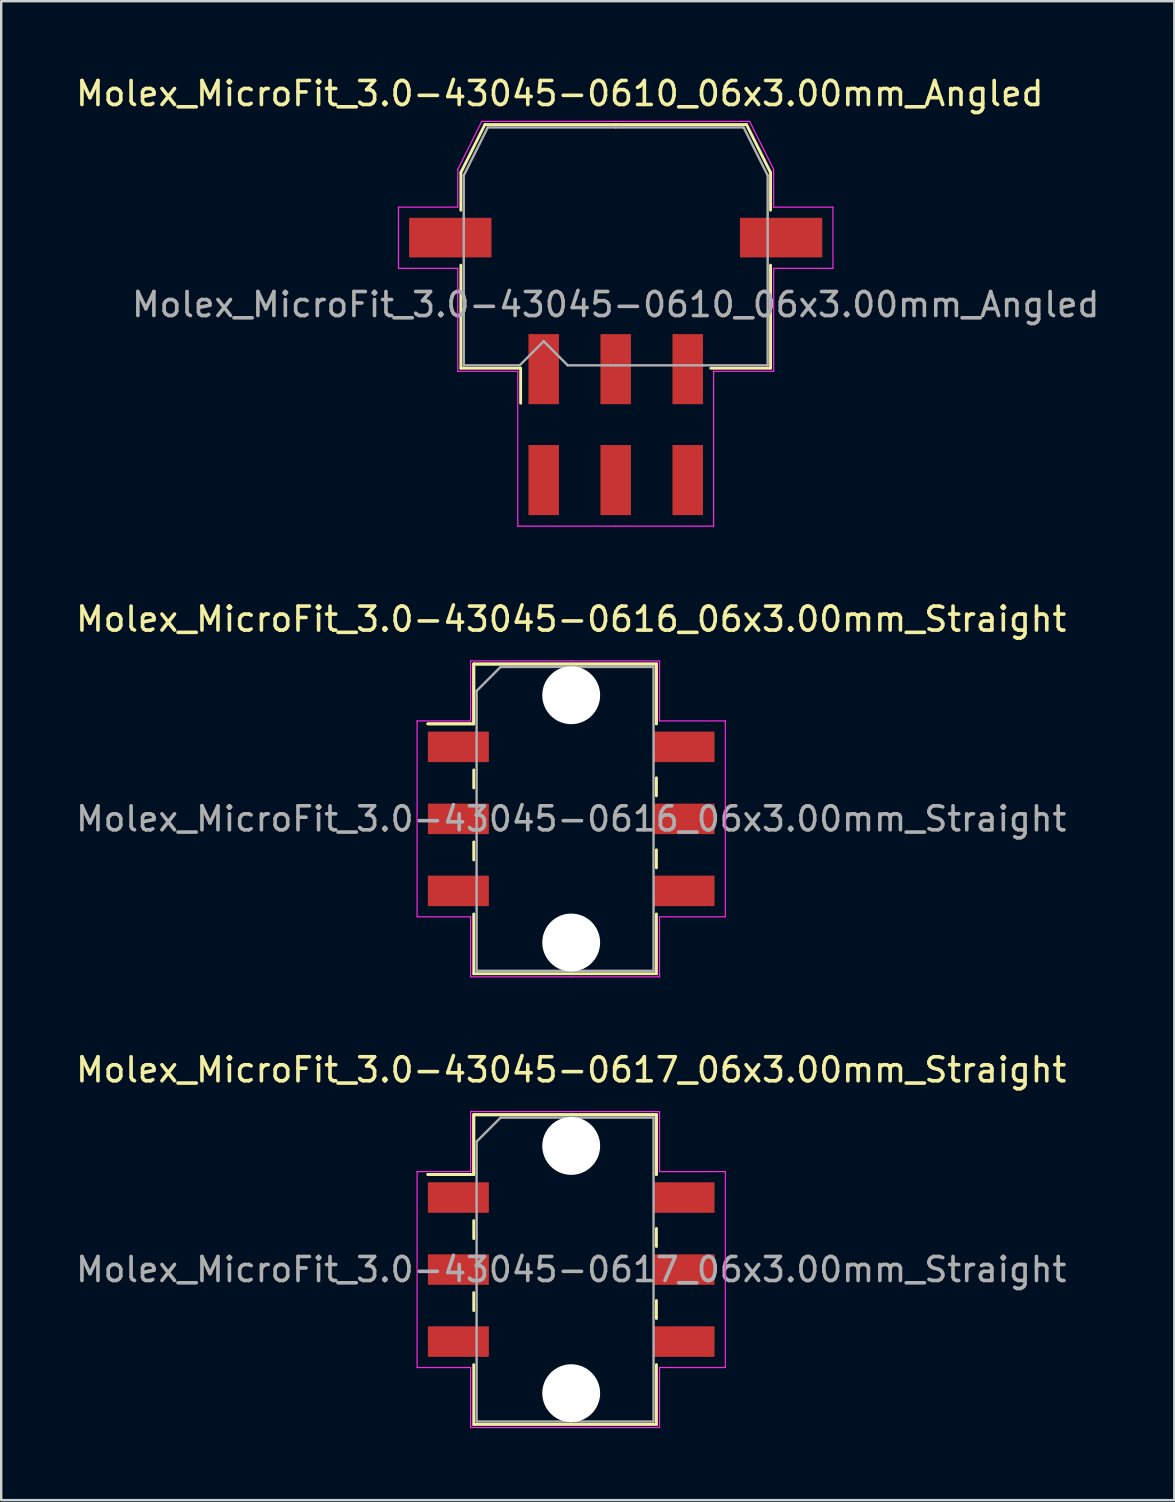
<source format=kicad_pcb>
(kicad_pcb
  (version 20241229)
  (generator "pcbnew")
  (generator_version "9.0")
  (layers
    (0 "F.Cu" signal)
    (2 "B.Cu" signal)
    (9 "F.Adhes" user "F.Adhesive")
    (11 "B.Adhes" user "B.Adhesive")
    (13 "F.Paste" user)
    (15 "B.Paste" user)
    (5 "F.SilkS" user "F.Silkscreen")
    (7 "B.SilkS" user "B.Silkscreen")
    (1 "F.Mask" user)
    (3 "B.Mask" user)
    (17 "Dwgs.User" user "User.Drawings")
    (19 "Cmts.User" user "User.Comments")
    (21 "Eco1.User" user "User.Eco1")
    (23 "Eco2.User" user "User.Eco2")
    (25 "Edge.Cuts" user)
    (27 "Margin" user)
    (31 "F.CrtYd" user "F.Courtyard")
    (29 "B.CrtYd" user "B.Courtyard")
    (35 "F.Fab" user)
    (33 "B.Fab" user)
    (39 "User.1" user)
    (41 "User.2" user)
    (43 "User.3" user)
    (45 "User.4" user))
  (footprint "Molex_MicroFit_3.0-43045-0617_06x3.00mm_Straight"
    (layer "F.Cu")
    (at 20.744 49.835)
    (property "Reference" "Molex_MicroFit_3.0-43045-0617_06x3.00mm_Straight" (at 0 -8.32 0) (layer "F.SilkS") (effects (font (size 1 1) (thickness 0.15))))
    (attr smd)
    (fp_line (start -5.97 -3.96) (end -4.06 -3.96) (stroke (width 0.12) (type solid)) (layer "F.SilkS"))
    (fp_line (start -5.97 -3.96) (end -4.06 -3.96) (stroke (width 0.12) (type solid)) (layer "F.SilkS"))
    (fp_line (start -4.06 -6.45) (end 3.55 -6.45) (stroke (width 0.12) (type solid)) (layer "F.SilkS"))
    (fp_line (start -4.06 -6.45) (end 3.55 -6.45) (stroke (width 0.12) (type solid)) (layer "F.SilkS"))
    (fp_line (start -4.06 -3.96) (end -4.06 -6.45) (stroke (width 0.12) (type solid)) (layer "F.SilkS"))
    (fp_line (start -4.06 -3.96) (end -4.06 -6.45) (stroke (width 0.12) (type solid)) (layer "F.SilkS"))
    (fp_line (start -4.06 -2.04) (end -4.06 -1.29) (stroke (width 0.12) (type solid)) (layer "F.SilkS"))
    (fp_line (start -4.06 0.96) (end -4.06 1.71) (stroke (width 0.12) (type solid)) (layer "F.SilkS"))
    (fp_line (start -4.06 6.45) (end -4.06 3.96) (stroke (width 0.12) (type solid)) (layer "F.SilkS"))
    (fp_line (start 3.55 -6.45) (end 3.55 -3.96) (stroke (width 0.12) (type solid)) (layer "F.SilkS"))
    (fp_line (start 3.55 -6.45) (end 3.55 -3.96) (stroke (width 0.12) (type solid)) (layer "F.SilkS"))
    (fp_line (start 3.55 -0.96) (end 3.55 -1.71) (stroke (width 0.12) (type solid)) (layer "F.SilkS"))
    (fp_line (start 3.55 2.04) (end 3.55 1.29) (stroke (width 0.12) (type solid)) (layer "F.SilkS"))
    (fp_line (start 3.55 3.96) (end 3.55 6.45) (stroke (width 0.12) (type solid)) (layer "F.SilkS"))
    (fp_line (start 3.55 6.45) (end -4.06 6.45) (stroke (width 0.12) (type solid)) (layer "F.SilkS"))
    (fp_line (start -6.42 -4.08) (end -4.19 -4.08) (stroke (width 0.05) (type solid)) (layer "F.CrtYd"))
    (fp_line (start -6.42 4.08) (end -6.42 -4.08) (stroke (width 0.05) (type solid)) (layer "F.CrtYd"))
    (fp_line (start -4.19 -6.58) (end 0 -6.58) (stroke (width 0.05) (type solid)) (layer "F.CrtYd"))
    (fp_line (start -4.19 -4.08) (end -4.19 -6.58) (stroke (width 0.05) (type solid)) (layer "F.CrtYd"))
    (fp_line (start -4.19 4.08) (end -6.42 4.08) (stroke (width 0.05) (type solid)) (layer "F.CrtYd"))
    (fp_line (start -4.19 6.58) (end -4.19 4.08) (stroke (width 0.05) (type solid)) (layer "F.CrtYd"))
    (fp_line (start 0 -6.58) (end 3.68 -6.58) (stroke (width 0.05) (type solid)) (layer "F.CrtYd"))
    (fp_line (start 0 6.58) (end -4.19 6.58) (stroke (width 0.05) (type solid)) (layer "F.CrtYd"))
    (fp_line (start 3.68 -6.58) (end 3.68 -4.08) (stroke (width 0.05) (type solid)) (layer "F.CrtYd"))
    (fp_line (start 3.68 -4.08) (end 6.42 -4.08) (stroke (width 0.05) (type solid)) (layer "F.CrtYd"))
    (fp_line (start 3.68 4.08) (end 3.68 6.58) (stroke (width 0.05) (type solid)) (layer "F.CrtYd"))
    (fp_line (start 3.68 6.58) (end 0 6.58) (stroke (width 0.05) (type solid)) (layer "F.CrtYd"))
    (fp_line (start 6.42 -4.08) (end 6.42 4.08) (stroke (width 0.05) (type solid)) (layer "F.CrtYd"))
    (fp_line (start 6.42 4.08) (end 3.68 4.08) (stroke (width 0.05) (type solid)) (layer "F.CrtYd"))
    (fp_line (start -3.94 -5.33) (end -2.94 -6.33) (stroke (width 0.1) (type solid)) (layer "F.Fab"))
    (fp_line (start -3.94 6.33) (end -3.94 -5.33) (stroke (width 0.1) (type solid)) (layer "F.Fab"))
    (fp_line (start -2.94 -6.33) (end 0 -6.33) (stroke (width 0.1) (type solid)) (layer "F.Fab"))
    (fp_line (start 0 -6.33) (end 3.43 -6.33) (stroke (width 0.1) (type solid)) (layer "F.Fab"))
    (fp_line (start 0 6.33) (end -3.94 6.33) (stroke (width 0.1) (type solid)) (layer "F.Fab"))
    (fp_line (start 3.43 -6.33) (end 3.43 6.33) (stroke (width 0.1) (type solid)) (layer "F.Fab"))
    (fp_line (start 3.43 6.33) (end 0 6.33) (stroke (width 0.1) (type solid)) (layer "F.Fab"))
    (fp_text user "${REFERENCE}" (at 0 0 0) (layer "F.Fab") (effects (font (size 1 1) (thickness 0.15))))
    (pad "" np_thru_hole circle (at 0 -5.15) (size 2.41 2.41) (drill 2.41) (layers "*.Cu"))
    (pad "" np_thru_hole circle (at 0 5.15) (size 2.41 2.41) (drill 2.41) (layers "*.Cu"))
    (pad "1" smd rect (at -4.7 -3) (size 2.54 1.27) (layers "F.Cu" "F.Mask" "F.Paste"))
    (pad "2" smd rect (at -4.7 0) (size 2.54 1.27) (layers "F.Cu" "F.Mask" "F.Paste"))
    (pad "3" smd rect (at -4.7 3) (size 2.54 1.27) (layers "F.Cu" "F.Mask" "F.Paste"))
    (pad "4" smd rect (at 4.7 3) (size 2.54 1.27) (layers "F.Cu" "F.Mask" "F.Paste"))
    (pad "5" smd rect (at 4.7 0) (size 2.54 1.27) (layers "F.Cu" "F.Mask" "F.Paste"))
    (pad "6" smd rect (at 4.7 -3) (size 2.54 1.27) (layers "F.Cu" "F.Mask" "F.Paste")))
  (footprint "Molex_MicroFit_3.0-43045-0610_06x3.00mm_Angled"
    (layer "F.Cu")
    (at 22.598 14.638)
    (property "Reference" "Molex_MicroFit_3.0-43045-0610_06x3.00mm_Angled" (at -2.33 -13.79 0) (layer "F.SilkS") (effects (font (size 1 1) (thickness 0.15))))
    (attr smd)
    (fp_line (start -6.45 -10.5) (end -6.45 -8.93) (stroke (width 0.12) (type solid)) (layer "F.SilkS"))
    (fp_line (start -6.45 -6.64) (end -6.45 -2.35) (stroke (width 0.12) (type solid)) (layer "F.SilkS"))
    (fp_line (start -6.45 -2.35) (end -3.96 -2.35) (stroke (width 0.12) (type solid)) (layer "F.SilkS"))
    (fp_line (start -5.45 -12.5) (end -6.45 -10.5) (stroke (width 0.12) (type solid)) (layer "F.SilkS"))
    (fp_line (start -3.96 -2.35) (end -3.96 -0.89) (stroke (width 0.12) (type solid)) (layer "F.SilkS"))
    (fp_line (start 0 -12.5) (end -5.45 -12.5) (stroke (width 0.12) (type solid)) (layer "F.SilkS"))
    (fp_line (start 0 -12.5) (end 5.45 -12.5) (stroke (width 0.12) (type solid)) (layer "F.SilkS"))
    (fp_line (start 5.45 -12.5) (end 6.45 -10.5) (stroke (width 0.12) (type solid)) (layer "F.SilkS"))
    (fp_line (start 6.45 -10.5) (end 6.45 -8.93) (stroke (width 0.12) (type solid)) (layer "F.SilkS"))
    (fp_line (start 6.45 -6.64) (end 6.45 -2.35) (stroke (width 0.12) (type solid)) (layer "F.SilkS"))
    (fp_line (start 6.45 -2.35) (end 3.96 -2.35) (stroke (width 0.12) (type solid)) (layer "F.SilkS"))
    (fp_line (start -9.05 -9.06) (end -9.05 -6.51) (stroke (width 0.05) (type solid)) (layer "F.CrtYd"))
    (fp_line (start -9.05 -6.51) (end -6.58 -6.51) (stroke (width 0.05) (type solid)) (layer "F.CrtYd"))
    (fp_line (start -6.58 -10.63) (end -6.58 -9.06) (stroke (width 0.05) (type solid)) (layer "F.CrtYd"))
    (fp_line (start -6.58 -9.06) (end -9.05 -9.06) (stroke (width 0.05) (type solid)) (layer "F.CrtYd"))
    (fp_line (start -6.58 -6.51) (end -6.58 -2.22) (stroke (width 0.05) (type solid)) (layer "F.CrtYd"))
    (fp_line (start -6.58 -2.22) (end -4.08 -2.22) (stroke (width 0.05) (type solid)) (layer "F.CrtYd"))
    (fp_line (start -5.58 -12.63) (end -6.58 -10.63) (stroke (width 0.05) (type solid)) (layer "F.CrtYd"))
    (fp_line (start -4.08 -2.22) (end -4.08 4.23) (stroke (width 0.05) (type solid)) (layer "F.CrtYd"))
    (fp_line (start -4.08 4.23) (end 0 4.23) (stroke (width 0.05) (type solid)) (layer "F.CrtYd"))
    (fp_line (start 0 -12.63) (end -5.58 -12.63) (stroke (width 0.05) (type solid)) (layer "F.CrtYd"))
    (fp_line (start 0 -12.63) (end 5.58 -12.63) (stroke (width 0.05) (type solid)) (layer "F.CrtYd"))
    (fp_line (start 4.08 -2.22) (end 4.08 4.23) (stroke (width 0.05) (type solid)) (layer "F.CrtYd"))
    (fp_line (start 4.08 4.23) (end 0 4.23) (stroke (width 0.05) (type solid)) (layer "F.CrtYd"))
    (fp_line (start 5.58 -12.63) (end 6.58 -10.63) (stroke (width 0.05) (type solid)) (layer "F.CrtYd"))
    (fp_line (start 6.58 -10.63) (end 6.58 -9.06) (stroke (width 0.05) (type solid)) (layer "F.CrtYd"))
    (fp_line (start 6.58 -9.06) (end 9.05 -9.06) (stroke (width 0.05) (type solid)) (layer "F.CrtYd"))
    (fp_line (start 6.58 -6.51) (end 6.58 -2.22) (stroke (width 0.05) (type solid)) (layer "F.CrtYd"))
    (fp_line (start 6.58 -2.22) (end 4.08 -2.22) (stroke (width 0.05) (type solid)) (layer "F.CrtYd"))
    (fp_line (start 9.05 -9.06) (end 9.05 -6.51) (stroke (width 0.05) (type solid)) (layer "F.CrtYd"))
    (fp_line (start 9.05 -6.51) (end 6.58 -6.51) (stroke (width 0.05) (type solid)) (layer "F.CrtYd"))
    (fp_line (start -6.33 -10.38) (end -6.33 -8.61) (stroke (width 0.1) (type solid)) (layer "F.Fab"))
    (fp_line (start -6.33 -8.61) (end -6.33 -2.47) (stroke (width 0.1) (type solid)) (layer "F.Fab"))
    (fp_line (start -6.33 -2.47) (end -4 -2.47) (stroke (width 0.1) (type solid)) (layer "F.Fab"))
    (fp_line (start -5.33 -12.38) (end -6.33 -10.38) (stroke (width 0.1) (type solid)) (layer "F.Fab"))
    (fp_line (start -4 -2.47) (end -3 -3.47) (stroke (width 0.1) (type solid)) (layer "F.Fab"))
    (fp_line (start -3 -3.47) (end -2 -2.47) (stroke (width 0.1) (type solid)) (layer "F.Fab"))
    (fp_line (start -2 -2.47) (end 0 -2.47) (stroke (width 0.1) (type solid)) (layer "F.Fab"))
    (fp_line (start 0 -12.38) (end -5.33 -12.38) (stroke (width 0.1) (type solid)) (layer "F.Fab"))
    (fp_line (start 0 -12.38) (end 5.33 -12.38) (stroke (width 0.1) (type solid)) (layer "F.Fab"))
    (fp_line (start 3.63 -2.47) (end 0 -2.47) (stroke (width 0.1) (type solid)) (layer "F.Fab"))
    (fp_line (start 5.33 -12.38) (end 6.33 -10.38) (stroke (width 0.1) (type solid)) (layer "F.Fab"))
    (fp_line (start 6.33 -10.38) (end 6.33 -8.61) (stroke (width 0.1) (type solid)) (layer "F.Fab"))
    (fp_line (start 6.33 -8.61) (end 6.33 -2.47) (stroke (width 0.1) (type solid)) (layer "F.Fab"))
    (fp_line (start 6.33 -2.47) (end 3.63 -2.47) (stroke (width 0.1) (type solid)) (layer "F.Fab"))
    (fp_text user "${REFERENCE}" (at 0 -5 0) (layer "F.Fab") (effects (font (size 1 1) (thickness 0.15))))
    (pad "" smd rect (at -6.89 -7.79) (size 3.43 1.65) (layers "F.Cu" "F.Mask" "F.Paste"))
    (pad "" smd rect (at 6.89 -7.79) (size 3.43 1.65) (layers "F.Cu" "F.Mask" "F.Paste"))
    (pad "1" smd rect (at -3 -2.31) (size 1.27 2.92) (layers "F.Cu" "F.Mask" "F.Paste"))
    (pad "2" smd rect (at 0 -2.31) (size 1.27 2.92) (layers "F.Cu" "F.Mask" "F.Paste"))
    (pad "3" smd rect (at 3 -2.31) (size 1.27 2.92) (layers "F.Cu" "F.Mask" "F.Paste"))
    (pad "4" smd rect (at 3 2.31) (size 1.27 2.92) (layers "F.Cu" "F.Mask" "F.Paste"))
    (pad "5" smd rect (at 0 2.31) (size 1.27 2.92) (layers "F.Cu" "F.Mask" "F.Paste"))
    (pad "6" smd rect (at -3 2.31) (size 1.27 2.92) (layers "F.Cu" "F.Mask" "F.Paste")))
  (footprint "Molex_MicroFit_3.0-43045-0616_06x3.00mm_Straight"
    (layer "F.Cu")
    (at 20.744 31.061)
    (property "Reference" "Molex_MicroFit_3.0-43045-0616_06x3.00mm_Straight" (at 0 -8.32 0) (layer "F.SilkS") (effects (font (size 1 1) (thickness 0.15))))
    (attr smd)
    (fp_line (start -5.97 -3.96) (end -4.06 -3.96) (stroke (width 0.12) (type solid)) (layer "F.SilkS"))
    (fp_line (start -5.97 -3.96) (end -4.06 -3.96) (stroke (width 0.12) (type solid)) (layer "F.SilkS"))
    (fp_line (start -4.06 -6.45) (end 3.55 -6.45) (stroke (width 0.12) (type solid)) (layer "F.SilkS"))
    (fp_line (start -4.06 -6.45) (end 3.55 -6.45) (stroke (width 0.12) (type solid)) (layer "F.SilkS"))
    (fp_line (start -4.06 -3.96) (end -4.06 -6.45) (stroke (width 0.12) (type solid)) (layer "F.SilkS"))
    (fp_line (start -4.06 -3.96) (end -4.06 -6.45) (stroke (width 0.12) (type solid)) (layer "F.SilkS"))
    (fp_line (start -4.06 -2.04) (end -4.06 -1.29) (stroke (width 0.12) (type solid)) (layer "F.SilkS"))
    (fp_line (start -4.06 0.96) (end -4.06 1.71) (stroke (width 0.12) (type solid)) (layer "F.SilkS"))
    (fp_line (start -4.06 6.45) (end -4.06 3.96) (stroke (width 0.12) (type solid)) (layer "F.SilkS"))
    (fp_line (start 3.55 -6.45) (end 3.55 -3.96) (stroke (width 0.12) (type solid)) (layer "F.SilkS"))
    (fp_line (start 3.55 -6.45) (end 3.55 -3.96) (stroke (width 0.12) (type solid)) (layer "F.SilkS"))
    (fp_line (start 3.55 -0.96) (end 3.55 -1.71) (stroke (width 0.12) (type solid)) (layer "F.SilkS"))
    (fp_line (start 3.55 2.04) (end 3.55 1.29) (stroke (width 0.12) (type solid)) (layer "F.SilkS"))
    (fp_line (start 3.55 3.96) (end 3.55 6.45) (stroke (width 0.12) (type solid)) (layer "F.SilkS"))
    (fp_line (start 3.55 6.45) (end -4.06 6.45) (stroke (width 0.12) (type solid)) (layer "F.SilkS"))
    (fp_line (start -6.42 -4.08) (end -4.19 -4.08) (stroke (width 0.05) (type solid)) (layer "F.CrtYd"))
    (fp_line (start -6.42 4.08) (end -6.42 -4.08) (stroke (width 0.05) (type solid)) (layer "F.CrtYd"))
    (fp_line (start -4.19 -6.58) (end 0 -6.58) (stroke (width 0.05) (type solid)) (layer "F.CrtYd"))
    (fp_line (start -4.19 -4.08) (end -4.19 -6.58) (stroke (width 0.05) (type solid)) (layer "F.CrtYd"))
    (fp_line (start -4.19 4.08) (end -6.42 4.08) (stroke (width 0.05) (type solid)) (layer "F.CrtYd"))
    (fp_line (start -4.19 6.58) (end -4.19 4.08) (stroke (width 0.05) (type solid)) (layer "F.CrtYd"))
    (fp_line (start 0 -6.58) (end 3.68 -6.58) (stroke (width 0.05) (type solid)) (layer "F.CrtYd"))
    (fp_line (start 0 6.58) (end -4.19 6.58) (stroke (width 0.05) (type solid)) (layer "F.CrtYd"))
    (fp_line (start 3.68 -6.58) (end 3.68 -4.08) (stroke (width 0.05) (type solid)) (layer "F.CrtYd"))
    (fp_line (start 3.68 -4.08) (end 6.42 -4.08) (stroke (width 0.05) (type solid)) (layer "F.CrtYd"))
    (fp_line (start 3.68 4.08) (end 3.68 6.58) (stroke (width 0.05) (type solid)) (layer "F.CrtYd"))
    (fp_line (start 3.68 6.58) (end 0 6.58) (stroke (width 0.05) (type solid)) (layer "F.CrtYd"))
    (fp_line (start 6.42 -4.08) (end 6.42 4.08) (stroke (width 0.05) (type solid)) (layer "F.CrtYd"))
    (fp_line (start 6.42 4.08) (end 3.68 4.08) (stroke (width 0.05) (type solid)) (layer "F.CrtYd"))
    (fp_line (start -3.94 -5.33) (end -2.94 -6.33) (stroke (width 0.1) (type solid)) (layer "F.Fab"))
    (fp_line (start -3.94 6.33) (end -3.94 -5.33) (stroke (width 0.1) (type solid)) (layer "F.Fab"))
    (fp_line (start -2.94 -6.33) (end 0 -6.33) (stroke (width 0.1) (type solid)) (layer "F.Fab"))
    (fp_line (start 0 -6.33) (end 3.43 -6.33) (stroke (width 0.1) (type solid)) (layer "F.Fab"))
    (fp_line (start 0 6.33) (end -3.94 6.33) (stroke (width 0.1) (type solid)) (layer "F.Fab"))
    (fp_line (start 3.43 -6.33) (end 3.43 6.33) (stroke (width 0.1) (type solid)) (layer "F.Fab"))
    (fp_line (start 3.43 6.33) (end 0 6.33) (stroke (width 0.1) (type solid)) (layer "F.Fab"))
    (fp_text user "${REFERENCE}" (at 0 0 0) (layer "F.Fab") (effects (font (size 1 1) (thickness 0.15))))
    (pad "" np_thru_hole circle (at 0 -5.15) (size 2.41 2.41) (drill 2.41) (layers "*.Cu"))
    (pad "" np_thru_hole circle (at 0 5.15) (size 2.41 2.41) (drill 2.41) (layers "*.Cu"))
    (pad "1" smd rect (at -4.7 -3) (size 2.54 1.27) (layers "F.Cu" "F.Mask" "F.Paste"))
    (pad "2" smd rect (at -4.7 0) (size 2.54 1.27) (layers "F.Cu" "F.Mask" "F.Paste"))
    (pad "3" smd rect (at -4.7 3) (size 2.54 1.27) (layers "F.Cu" "F.Mask" "F.Paste"))
    (pad "4" smd rect (at 4.7 3) (size 2.54 1.27) (layers "F.Cu" "F.Mask" "F.Paste"))
    (pad "5" smd rect (at 4.7 0) (size 2.54 1.27) (layers "F.Cu" "F.Mask" "F.Paste"))
    (pad "6" smd rect (at 4.7 -3) (size 2.54 1.27) (layers "F.Cu" "F.Mask" "F.Paste")))
  (gr_rect
    (start -3 -3)
    (end 45.866 59.44)
    (stroke (width 0.1) (type default))
    (fill no)
    (layer "Edge.Cuts")))
</source>
